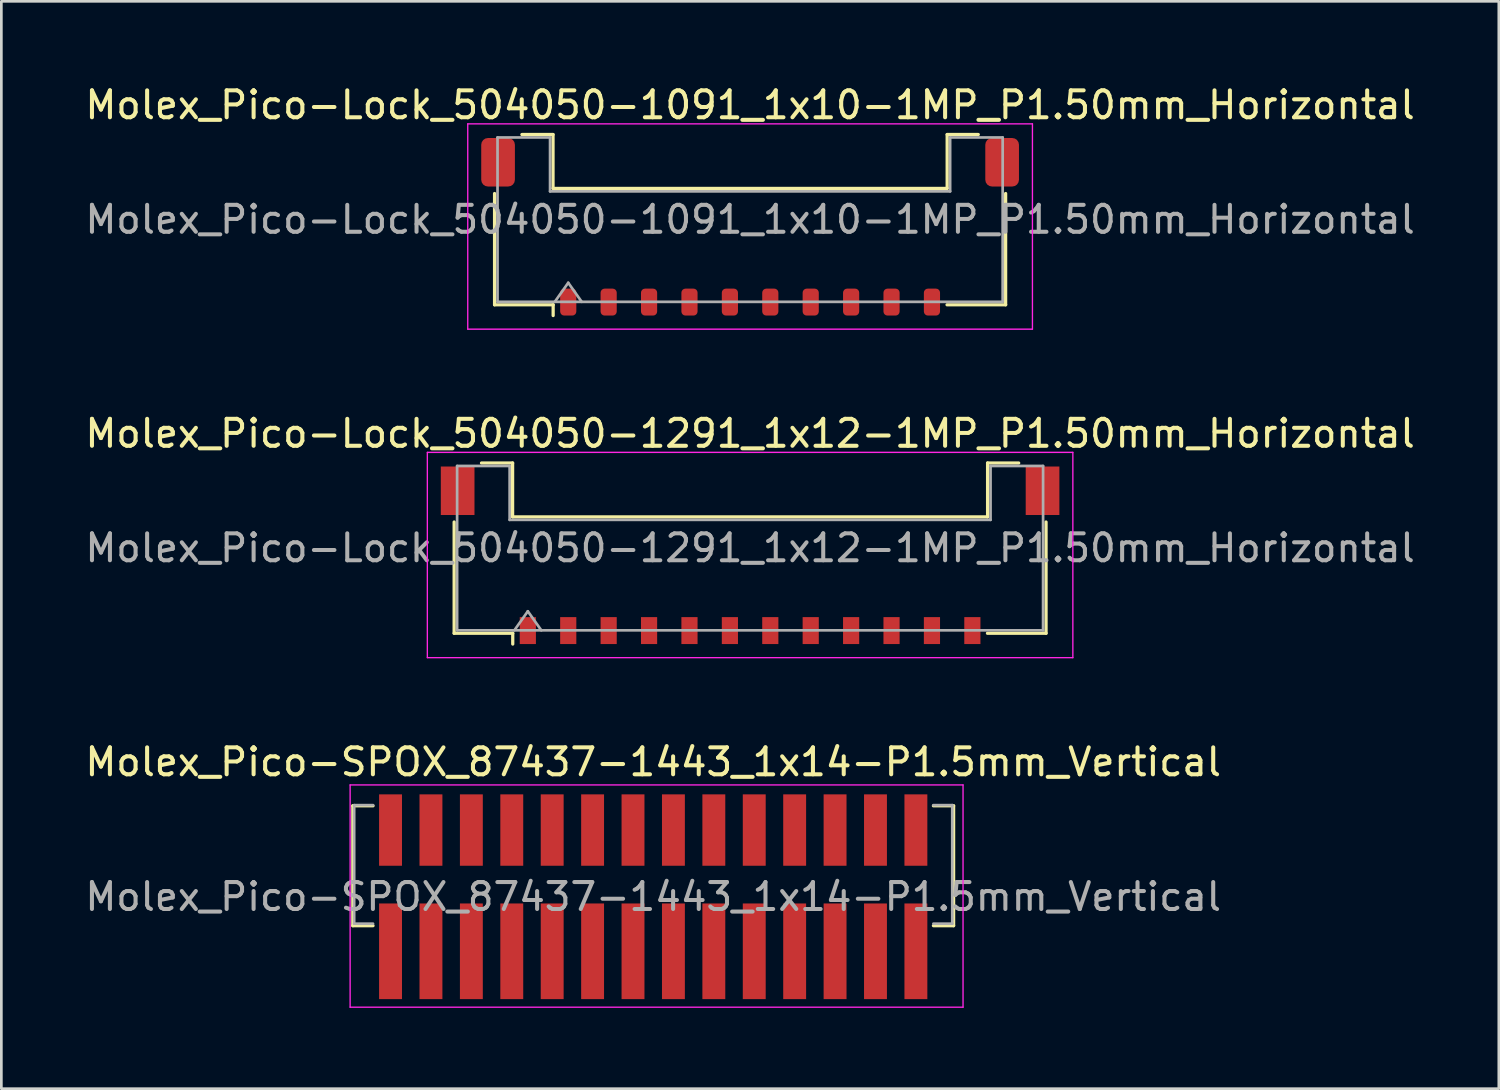
<source format=kicad_pcb>
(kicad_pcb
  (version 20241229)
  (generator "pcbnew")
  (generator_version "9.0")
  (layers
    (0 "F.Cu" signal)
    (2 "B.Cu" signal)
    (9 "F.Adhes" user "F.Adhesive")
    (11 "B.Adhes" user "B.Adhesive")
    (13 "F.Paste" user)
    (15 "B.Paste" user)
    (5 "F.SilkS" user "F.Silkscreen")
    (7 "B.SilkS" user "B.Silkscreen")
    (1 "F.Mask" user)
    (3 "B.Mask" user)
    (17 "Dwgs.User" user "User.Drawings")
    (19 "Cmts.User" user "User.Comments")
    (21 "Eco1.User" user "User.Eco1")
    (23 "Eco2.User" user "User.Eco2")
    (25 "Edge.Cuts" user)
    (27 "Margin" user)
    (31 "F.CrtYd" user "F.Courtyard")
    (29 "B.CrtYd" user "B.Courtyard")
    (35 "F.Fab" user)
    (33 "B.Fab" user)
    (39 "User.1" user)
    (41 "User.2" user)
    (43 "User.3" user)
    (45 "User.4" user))
  (footprint "Molex_Pico-Lock_504050-1091_1x10-1MP_P1.50mm_Horizontal"
    (layer "F.Cu")
    (at 24.792 5.368)
    (property "Reference" "Molex_Pico-Lock_504050-1091_1x10-1MP_P1.50mm_Horizontal" (at 0 -4.52 0) (layer "F.SilkS") (effects (font (size 1 1) (thickness 0.15))))
    (attr smd)
    (fp_line (start -9.485 -1.235) (end -9.485 2.895) (stroke (width 0.12) (type solid)) (layer "F.SilkS"))
    (fp_line (start -9.485 2.895) (end -7.31 2.895) (stroke (width 0.12) (type solid)) (layer "F.SilkS"))
    (fp_line (start -8.47 -3.425) (end -7.315 -3.425) (stroke (width 0.12) (type solid)) (layer "F.SilkS"))
    (fp_line (start -7.315 -3.425) (end -7.315 -1.425) (stroke (width 0.12) (type solid)) (layer "F.SilkS"))
    (fp_line (start -7.315 -1.425) (end 7.315 -1.425) (stroke (width 0.12) (type solid)) (layer "F.SilkS"))
    (fp_line (start -7.31 2.895) (end -7.31 3.295) (stroke (width 0.12) (type solid)) (layer "F.SilkS"))
    (fp_line (start 7.315 -3.425) (end 8.47 -3.425) (stroke (width 0.12) (type solid)) (layer "F.SilkS"))
    (fp_line (start 7.315 -1.425) (end 7.315 -3.425) (stroke (width 0.12) (type solid)) (layer "F.SilkS"))
    (fp_line (start 9.485 -1.235) (end 9.485 2.895) (stroke (width 0.12) (type solid)) (layer "F.SilkS"))
    (fp_line (start 9.485 2.895) (end 7.31 2.895) (stroke (width 0.12) (type solid)) (layer "F.SilkS"))
    (fp_line (start -10.48 -3.82) (end -10.48 3.8) (stroke (width 0.05) (type solid)) (layer "F.CrtYd"))
    (fp_line (start -10.48 3.8) (end 10.48 3.8) (stroke (width 0.05) (type solid)) (layer "F.CrtYd"))
    (fp_line (start 10.48 -3.82) (end -10.48 -3.82) (stroke (width 0.05) (type solid)) (layer "F.CrtYd"))
    (fp_line (start 10.48 3.8) (end 10.48 -3.82) (stroke (width 0.05) (type solid)) (layer "F.CrtYd"))
    (fp_line (start -9.375 -3.315) (end -7.425 -3.315) (stroke (width 0.1) (type solid)) (layer "F.Fab"))
    (fp_line (start -9.375 2.785) (end -9.375 -3.315) (stroke (width 0.1) (type solid)) (layer "F.Fab"))
    (fp_line (start -9.375 2.785) (end 9.375 2.785) (stroke (width 0.1) (type solid)) (layer "F.Fab"))
    (fp_line (start -7.425 -3.315) (end -7.425 -1.315) (stroke (width 0.1) (type solid)) (layer "F.Fab"))
    (fp_line (start -7.425 -1.315) (end 7.425 -1.315) (stroke (width 0.1) (type solid)) (layer "F.Fab"))
    (fp_line (start -7.25 2.785) (end -6.75 2.078) (stroke (width 0.1) (type solid)) (layer "F.Fab"))
    (fp_line (start -6.75 2.078) (end -6.25 2.785) (stroke (width 0.1) (type solid)) (layer "F.Fab"))
    (fp_line (start 7.425 -3.315) (end 9.375 -3.315) (stroke (width 0.1) (type solid)) (layer "F.Fab"))
    (fp_line (start 7.425 -1.315) (end 7.425 -3.315) (stroke (width 0.1) (type solid)) (layer "F.Fab"))
    (fp_line (start 9.375 2.785) (end 9.375 -3.315) (stroke (width 0.1) (type solid)) (layer "F.Fab"))
    (fp_text user "${REFERENCE}" (at 0 -0.27 0) (layer "F.Fab") (effects (font (size 1 1) (thickness 0.15))))
    (pad "1" smd roundrect (at -6.75 2.795) (size 0.6 1) (layers "F.Cu" "F.Mask" "F.Paste") (roundrect_rratio 0.25))
    (pad "2" smd roundrect (at -5.25 2.795) (size 0.6 1) (layers "F.Cu" "F.Mask" "F.Paste") (roundrect_rratio 0.25))
    (pad "3" smd roundrect (at -3.75 2.795) (size 0.6 1) (layers "F.Cu" "F.Mask" "F.Paste") (roundrect_rratio 0.25))
    (pad "4" smd roundrect (at -2.25 2.795) (size 0.6 1) (layers "F.Cu" "F.Mask" "F.Paste") (roundrect_rratio 0.25))
    (pad "5" smd roundrect (at -0.75 2.795) (size 0.6 1) (layers "F.Cu" "F.Mask" "F.Paste") (roundrect_rratio 0.25))
    (pad "6" smd roundrect (at 0.75 2.795) (size 0.6 1) (layers "F.Cu" "F.Mask" "F.Paste") (roundrect_rratio 0.25))
    (pad "7" smd roundrect (at 2.25 2.795) (size 0.6 1) (layers "F.Cu" "F.Mask" "F.Paste") (roundrect_rratio 0.25))
    (pad "8" smd roundrect (at 3.75 2.795) (size 0.6 1) (layers "F.Cu" "F.Mask" "F.Paste") (roundrect_rratio 0.25))
    (pad "9" smd roundrect (at 5.25 2.795) (size 0.6 1) (layers "F.Cu" "F.Mask" "F.Paste") (roundrect_rratio 0.25))
    (pad "10" smd roundrect (at 6.75 2.795) (size 0.6 1) (layers "F.Cu" "F.Mask" "F.Paste") (roundrect_rratio 0.25))
    (pad "MP" smd roundrect (at -9.355 -2.395) (size 1.25 1.8) (layers "F.Cu" "F.Mask" "F.Paste") (roundrect_rratio 0.2))
    (pad "MP" smd roundrect (at 9.355 -2.395) (size 1.25 1.8) (layers "F.Cu" "F.Mask" "F.Paste") (roundrect_rratio 0.2)))
  (footprint "Molex_Pico-Lock_504050-1291_1x12-1MP_P1.50mm_Horizontal"
    (layer "F.Cu")
    (at 24.792 17.561)
    (property "Reference" "Molex_Pico-Lock_504050-1291_1x12-1MP_P1.50mm_Horizontal" (at 0 -4.52 0) (layer "F.SilkS") (effects (font (size 1 1) (thickness 0.15))))
    (attr smd)
    (fp_line (start -10.985 -1.235) (end -10.985 2.895) (stroke (width 0.12) (type solid)) (layer "F.SilkS"))
    (fp_line (start -10.985 2.895) (end -8.81 2.895) (stroke (width 0.12) (type solid)) (layer "F.SilkS"))
    (fp_line (start -9.97 -3.425) (end -8.815 -3.425) (stroke (width 0.12) (type solid)) (layer "F.SilkS"))
    (fp_line (start -8.815 -3.425) (end -8.815 -1.425) (stroke (width 0.12) (type solid)) (layer "F.SilkS"))
    (fp_line (start -8.815 -1.425) (end 8.815 -1.425) (stroke (width 0.12) (type solid)) (layer "F.SilkS"))
    (fp_line (start -8.81 2.895) (end -8.81 3.295) (stroke (width 0.12) (type solid)) (layer "F.SilkS"))
    (fp_line (start 8.815 -3.425) (end 9.97 -3.425) (stroke (width 0.12) (type solid)) (layer "F.SilkS"))
    (fp_line (start 8.815 -1.425) (end 8.815 -3.425) (stroke (width 0.12) (type solid)) (layer "F.SilkS"))
    (fp_line (start 10.985 -1.235) (end 10.985 2.895) (stroke (width 0.12) (type solid)) (layer "F.SilkS"))
    (fp_line (start 10.985 2.895) (end 8.81 2.895) (stroke (width 0.12) (type solid)) (layer "F.SilkS"))
    (fp_line (start -11.98 -3.82) (end -11.98 3.8) (stroke (width 0.05) (type solid)) (layer "F.CrtYd"))
    (fp_line (start -11.98 3.8) (end 11.98 3.8) (stroke (width 0.05) (type solid)) (layer "F.CrtYd"))
    (fp_line (start 11.98 -3.82) (end -11.98 -3.82) (stroke (width 0.05) (type solid)) (layer "F.CrtYd"))
    (fp_line (start 11.98 3.8) (end 11.98 -3.82) (stroke (width 0.05) (type solid)) (layer "F.CrtYd"))
    (fp_line (start -10.875 -3.315) (end -8.925 -3.315) (stroke (width 0.1) (type solid)) (layer "F.Fab"))
    (fp_line (start -10.875 2.785) (end -10.875 -3.315) (stroke (width 0.1) (type solid)) (layer "F.Fab"))
    (fp_line (start -10.875 2.785) (end 10.875 2.785) (stroke (width 0.1) (type solid)) (layer "F.Fab"))
    (fp_line (start -8.925 -3.315) (end -8.925 -1.315) (stroke (width 0.1) (type solid)) (layer "F.Fab"))
    (fp_line (start -8.925 -1.315) (end 8.925 -1.315) (stroke (width 0.1) (type solid)) (layer "F.Fab"))
    (fp_line (start -8.75 2.785) (end -8.25 2.078) (stroke (width 0.1) (type solid)) (layer "F.Fab"))
    (fp_line (start -8.25 2.078) (end -7.75 2.785) (stroke (width 0.1) (type solid)) (layer "F.Fab"))
    (fp_line (start 8.925 -3.315) (end 10.875 -3.315) (stroke (width 0.1) (type solid)) (layer "F.Fab"))
    (fp_line (start 8.925 -1.315) (end 8.925 -3.315) (stroke (width 0.1) (type solid)) (layer "F.Fab"))
    (fp_line (start 10.875 2.785) (end 10.875 -3.315) (stroke (width 0.1) (type solid)) (layer "F.Fab"))
    (fp_text user "${REFERENCE}" (at 0 -0.27 0) (layer "F.Fab") (effects (font (size 1 1) (thickness 0.15))))
    (pad "1" smd rect (at -8.25 2.795) (size 0.6 1) (layers "F.Cu" "F.Mask" "F.Paste"))
    (pad "2" smd rect (at -6.75 2.795) (size 0.6 1) (layers "F.Cu" "F.Mask" "F.Paste"))
    (pad "3" smd rect (at -5.25 2.795) (size 0.6 1) (layers "F.Cu" "F.Mask" "F.Paste"))
    (pad "4" smd rect (at -3.75 2.795) (size 0.6 1) (layers "F.Cu" "F.Mask" "F.Paste"))
    (pad "5" smd rect (at -2.25 2.795) (size 0.6 1) (layers "F.Cu" "F.Mask" "F.Paste"))
    (pad "6" smd rect (at -0.75 2.795) (size 0.6 1) (layers "F.Cu" "F.Mask" "F.Paste"))
    (pad "7" smd rect (at 0.75 2.795) (size 0.6 1) (layers "F.Cu" "F.Mask" "F.Paste"))
    (pad "8" smd rect (at 2.25 2.795) (size 0.6 1) (layers "F.Cu" "F.Mask" "F.Paste"))
    (pad "9" smd rect (at 3.75 2.795) (size 0.6 1) (layers "F.Cu" "F.Mask" "F.Paste"))
    (pad "10" smd rect (at 5.25 2.795) (size 0.6 1) (layers "F.Cu" "F.Mask" "F.Paste"))
    (pad "11" smd rect (at 6.75 2.795) (size 0.6 1) (layers "F.Cu" "F.Mask" "F.Paste"))
    (pad "12" smd rect (at 8.25 2.795) (size 0.6 1) (layers "F.Cu" "F.Mask" "F.Paste"))
    (pad "MP" smd rect (at -10.855 -2.395) (size 1.25 1.8) (layers "F.Cu" "F.Mask" "F.Paste"))
    (pad "MP" smd rect (at 10.855 -2.395) (size 1.25 1.8) (layers "F.Cu" "F.Mask" "F.Paste")))
  (footprint "Molex_Pico-SPOX_87437-1443_1x14-P1.5mm_Vertical"
    (layer "F.Cu")
    (at 21.196 30.235)
    (property "Reference" "Molex_Pico-SPOX_87437-1443_1x14-P1.5mm_Vertical" (at 0 -5 0) (layer "F.SilkS") (effects (font (size 1 1) (thickness 0.15))))
    (attr smd)
    (fp_line (start -11.15 -3.375) (end -10.4 -3.375) (stroke (width 0.12) (type solid)) (layer "F.SilkS"))
    (fp_line (start -11.15 1.075) (end -11.15 -3.375) (stroke (width 0.12) (type solid)) (layer "F.SilkS"))
    (fp_line (start -10.4 1.075) (end -11.15 1.075) (stroke (width 0.12) (type solid)) (layer "F.SilkS"))
    (fp_line (start 11.15 -3.375) (end 10.4 -3.375) (stroke (width 0.12) (type solid)) (layer "F.SilkS"))
    (fp_line (start 11.15 -3.375) (end 11.15 1.075) (stroke (width 0.12) (type solid)) (layer "F.SilkS"))
    (fp_line (start 11.15 1.075) (end 10.4 1.075) (stroke (width 0.12) (type solid)) (layer "F.SilkS"))
    (fp_line (start -11.25 -4.15) (end 11.5 -4.15) (stroke (width 0.05) (type solid)) (layer "F.CrtYd"))
    (fp_line (start -11.25 4.1) (end -11.25 -4.15) (stroke (width 0.05) (type solid)) (layer "F.CrtYd"))
    (fp_line (start 11.5 -4.15) (end 11.5 4.1) (stroke (width 0.05) (type solid)) (layer "F.CrtYd"))
    (fp_line (start 11.5 4.1) (end -11.25 4.1) (stroke (width 0.05) (type solid)) (layer "F.CrtYd"))
    (fp_line (start -11.1 -3.4) (end -11.1 1) (stroke (width 0.1) (type solid)) (layer "F.Fab"))
    (fp_line (start -11.1 1) (end -10.4 1) (stroke (width 0.1) (type solid)) (layer "F.Fab"))
    (fp_line (start -10.4 -3.4) (end -11.1 -3.4) (stroke (width 0.1) (type solid)) (layer "F.Fab"))
    (fp_line (start 10.4 -3.4) (end 11.1 -3.4) (stroke (width 0.1) (type solid)) (layer "F.Fab"))
    (fp_line (start 11.1 -3.4) (end 11.1 1) (stroke (width 0.1) (type solid)) (layer "F.Fab"))
    (fp_line (start 11.1 1) (end 10.4 1) (stroke (width 0.1) (type solid)) (layer "F.Fab"))
    (fp_text user "${REFERENCE}" (at 0 0 0) (layer "F.Fab") (effects (font (size 1 1) (thickness 0.15))))
    (pad "1" smd rect (at -9.75 -2.475 90) (size 2.65 0.85) (layers "F.Cu" "F.Mask" "F.Paste"))
    (pad "1" smd rect (at -9.75 2.025 90) (size 3.55 0.85) (layers "F.Cu" "F.Mask" "F.Paste"))
    (pad "2" smd rect (at -8.25 -2.475 90) (size 2.65 0.85) (layers "F.Cu" "F.Mask" "F.Paste"))
    (pad "2" smd rect (at -8.25 2.025 90) (size 3.55 0.85) (layers "F.Cu" "F.Mask" "F.Paste"))
    (pad "3" smd rect (at -6.75 -2.475 90) (size 2.65 0.85) (layers "F.Cu" "F.Mask" "F.Paste"))
    (pad "3" smd rect (at -6.75 2.025 90) (size 3.55 0.85) (layers "F.Cu" "F.Mask" "F.Paste"))
    (pad "4" smd rect (at -5.25 -2.475 90) (size 2.65 0.85) (layers "F.Cu" "F.Mask" "F.Paste"))
    (pad "4" smd rect (at -5.25 2.025 90) (size 3.55 0.85) (layers "F.Cu" "F.Mask" "F.Paste"))
    (pad "5" smd rect (at -3.75 -2.475 90) (size 2.65 0.85) (layers "F.Cu" "F.Mask" "F.Paste"))
    (pad "5" smd rect (at -3.75 2.025 90) (size 3.55 0.85) (layers "F.Cu" "F.Mask" "F.Paste"))
    (pad "6" smd rect (at -2.25 -2.475 90) (size 2.65 0.85) (layers "F.Cu" "F.Mask" "F.Paste"))
    (pad "6" smd rect (at -2.25 2.025 90) (size 3.55 0.85) (layers "F.Cu" "F.Mask" "F.Paste"))
    (pad "7" smd rect (at -0.75 -2.475 90) (size 2.65 0.85) (layers "F.Cu" "F.Mask" "F.Paste"))
    (pad "7" smd rect (at -0.75 2.025 90) (size 3.55 0.85) (layers "F.Cu" "F.Mask" "F.Paste"))
    (pad "8" smd rect (at 0.75 -2.475 90) (size 2.65 0.85) (layers "F.Cu" "F.Mask" "F.Paste"))
    (pad "8" smd rect (at 0.75 2.025 90) (size 3.55 0.85) (layers "F.Cu" "F.Mask" "F.Paste"))
    (pad "9" smd rect (at 2.25 -2.475 90) (size 2.65 0.85) (layers "F.Cu" "F.Mask" "F.Paste"))
    (pad "9" smd rect (at 2.25 2.025 90) (size 3.55 0.85) (layers "F.Cu" "F.Mask" "F.Paste"))
    (pad "10" smd rect (at 3.75 -2.475 90) (size 2.65 0.85) (layers "F.Cu" "F.Mask" "F.Paste"))
    (pad "10" smd rect (at 3.75 2.025 90) (size 3.55 0.85) (layers "F.Cu" "F.Mask" "F.Paste"))
    (pad "11" smd rect (at 5.25 -2.475 90) (size 2.65 0.85) (layers "F.Cu" "F.Mask" "F.Paste"))
    (pad "11" smd rect (at 5.25 2.025 90) (size 3.55 0.85) (layers "F.Cu" "F.Mask" "F.Paste"))
    (pad "12" smd rect (at 6.75 -2.475 90) (size 2.65 0.85) (layers "F.Cu" "F.Mask" "F.Paste"))
    (pad "12" smd rect (at 6.75 2.025 90) (size 3.55 0.85) (layers "F.Cu" "F.Mask" "F.Paste"))
    (pad "13" smd rect (at 8.25 -2.475 90) (size 2.65 0.85) (layers "F.Cu" "F.Mask" "F.Paste"))
    (pad "13" smd rect (at 8.25 2.025 90) (size 3.55 0.85) (layers "F.Cu" "F.Mask" "F.Paste"))
    (pad "14" smd rect (at 9.75 -2.475 90) (size 2.65 0.85) (layers "F.Cu" "F.Mask" "F.Paste"))
    (pad "14" smd rect (at 9.75 2.025 90) (size 3.55 0.85) (layers "F.Cu" "F.Mask" "F.Paste")))
  (gr_rect
    (start -3 -3)
    (end 52.583 37.36)
    (stroke (width 0.1) (type default))
    (fill no)
    (layer "Edge.Cuts")))
</source>
